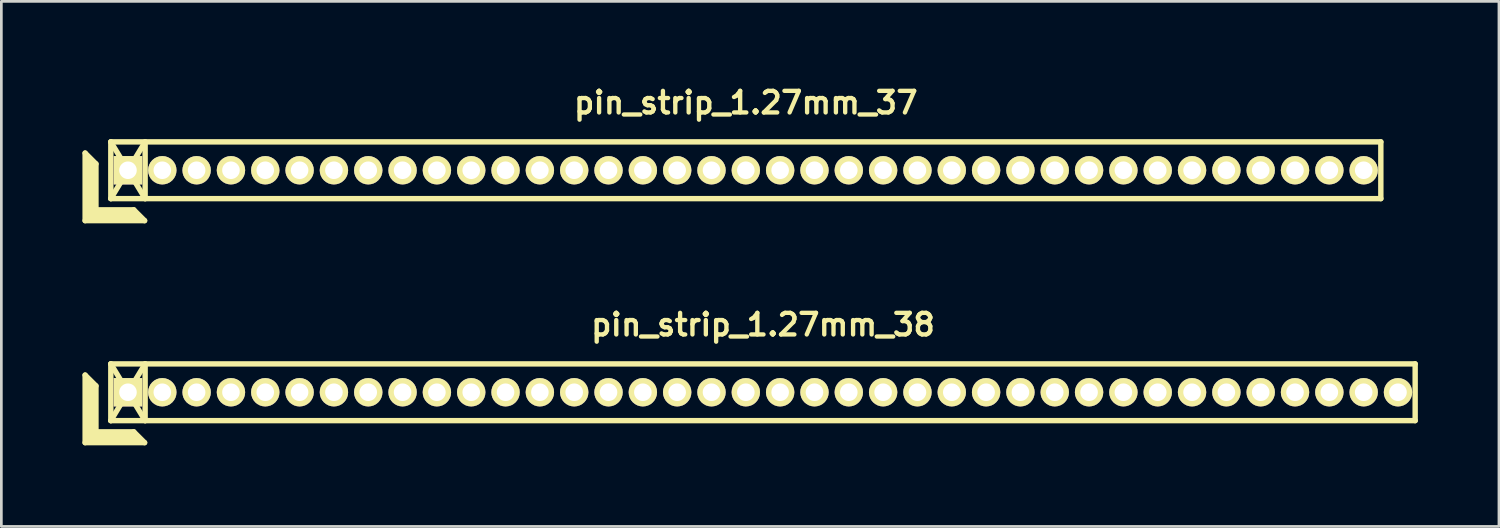
<source format=kicad_pcb>
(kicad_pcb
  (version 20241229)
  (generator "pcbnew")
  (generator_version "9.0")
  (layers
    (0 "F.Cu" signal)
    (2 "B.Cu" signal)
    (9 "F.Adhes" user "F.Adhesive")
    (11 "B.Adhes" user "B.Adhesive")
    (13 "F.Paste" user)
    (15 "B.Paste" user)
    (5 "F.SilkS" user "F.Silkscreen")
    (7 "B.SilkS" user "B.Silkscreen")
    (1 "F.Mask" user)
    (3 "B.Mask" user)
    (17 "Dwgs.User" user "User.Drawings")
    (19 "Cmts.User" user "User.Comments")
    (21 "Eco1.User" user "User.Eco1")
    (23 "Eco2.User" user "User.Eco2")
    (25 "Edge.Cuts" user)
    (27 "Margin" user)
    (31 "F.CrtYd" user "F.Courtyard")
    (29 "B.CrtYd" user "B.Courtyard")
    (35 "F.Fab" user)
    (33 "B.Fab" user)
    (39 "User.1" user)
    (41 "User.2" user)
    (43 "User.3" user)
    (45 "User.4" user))
  (footprint "pin_strip_1.27mm_37"
    (layer "F.Cu")
    (at 24.545 3.249)
    (property "Reference" "pin_strip_1.27mm_37" (at 0 -2.5 0) (layer "F.SilkS") (effects (font (size 0.8 0.8) (thickness 0.16))))
    (attr through_hole)
    (fp_line (start -24.445 -0.635) (end -24.445 1.865) (stroke (width 0.2) (type solid)) (layer "F.SilkS"))
    (fp_line (start -24.445 -0.635) (end -24.045 -0.235) (stroke (width 0.2) (type solid)) (layer "F.SilkS"))
    (fp_line (start -24.445 1.865) (end -22.245 1.865) (stroke (width 0.2) (type solid)) (layer "F.SilkS"))
    (fp_line (start -24.345 1.765) (end -24.345 -0.435) (stroke (width 0.2) (type solid)) (layer "F.SilkS"))
    (fp_line (start -24.345 1.765) (end -22.445 1.765) (stroke (width 0.2) (type solid)) (layer "F.SilkS"))
    (fp_line (start -24.245 1.665) (end -24.245 -0.335) (stroke (width 0.2) (type solid)) (layer "F.SilkS"))
    (fp_line (start -24.245 1.665) (end -22.545 1.665) (stroke (width 0.2) (type solid)) (layer "F.SilkS"))
    (fp_line (start -24.145 1.565) (end -24.145 -0.235) (stroke (width 0.2) (type solid)) (layer "F.SilkS"))
    (fp_line (start -24.145 1.565) (end -22.645 1.565) (stroke (width 0.2) (type solid)) (layer "F.SilkS"))
    (fp_line (start -24.045 1.465) (end -24.045 -0.235) (stroke (width 0.2) (type solid)) (layer "F.SilkS"))
    (fp_line (start -24.045 1.465) (end -22.645 1.465) (stroke (width 0.2) (type solid)) (layer "F.SilkS"))
    (fp_line (start -23.495 -1.05) (end -22.225 1.05) (stroke (width 0.2) (type solid)) (layer "F.SilkS"))
    (fp_line (start -23.495 -1.05) (end 23.495 -1.05) (stroke (width 0.2) (type solid)) (layer "F.SilkS"))
    (fp_line (start -23.495 1.05) (end -23.495 -1.05) (stroke (width 0.2) (type solid)) (layer "F.SilkS"))
    (fp_line (start -23.495 1.05) (end -22.225 -1.05) (stroke (width 0.2) (type solid)) (layer "F.SilkS"))
    (fp_line (start -22.645 1.465) (end -22.245 1.865) (stroke (width 0.2) (type solid)) (layer "F.SilkS"))
    (fp_line (start -22.225 -1.05) (end -22.225 1.05) (stroke (width 0.2) (type solid)) (layer "F.SilkS"))
    (fp_line (start 23.495 -1.05) (end 23.495 1.05) (stroke (width 0.2) (type solid)) (layer "F.SilkS"))
    (fp_line (start 23.495 1.05) (end -23.495 1.05) (stroke (width 0.2) (type solid)) (layer "F.SilkS"))
    (pad "1" thru_hole rect (at -22.86 0) (size 1.05 1.05) (drill 0.65) (layers "*.Cu" "*.Mask" "F.SilkS"))
    (pad "2" thru_hole oval (at -21.59 0) (size 1.05 1.05) (drill 0.65) (layers "*.Cu" "*.Mask" "F.SilkS"))
    (pad "3" thru_hole oval (at -20.32 0) (size 1.05 1.05) (drill 0.65) (layers "*.Cu" "*.Mask" "F.SilkS"))
    (pad "4" thru_hole oval (at -19.05 0) (size 1.05 1.05) (drill 0.65) (layers "*.Cu" "*.Mask" "F.SilkS"))
    (pad "5" thru_hole oval (at -17.78 0) (size 1.05 1.05) (drill 0.65) (layers "*.Cu" "*.Mask" "F.SilkS"))
    (pad "6" thru_hole oval (at -16.51 0) (size 1.05 1.05) (drill 0.65) (layers "*.Cu" "*.Mask" "F.SilkS"))
    (pad "7" thru_hole oval (at -15.24 0) (size 1.05 1.05) (drill 0.65) (layers "*.Cu" "*.Mask" "F.SilkS"))
    (pad "8" thru_hole oval (at -13.97 0) (size 1.05 1.05) (drill 0.65) (layers "*.Cu" "*.Mask" "F.SilkS"))
    (pad "9" thru_hole oval (at -12.7 0) (size 1.05 1.05) (drill 0.65) (layers "*.Cu" "*.Mask" "F.SilkS"))
    (pad "10" thru_hole oval (at -11.43 0) (size 1.05 1.05) (drill 0.65) (layers "*.Cu" "*.Mask" "F.SilkS"))
    (pad "11" thru_hole oval (at -10.16 0) (size 1.05 1.05) (drill 0.65) (layers "*.Cu" "*.Mask" "F.SilkS"))
    (pad "12" thru_hole oval (at -8.89 0) (size 1.05 1.05) (drill 0.65) (layers "*.Cu" "*.Mask" "F.SilkS"))
    (pad "13" thru_hole oval (at -7.62 0) (size 1.05 1.05) (drill 0.65) (layers "*.Cu" "*.Mask" "F.SilkS"))
    (pad "14" thru_hole oval (at -6.35 0) (size 1.05 1.05) (drill 0.65) (layers "*.Cu" "*.Mask" "F.SilkS"))
    (pad "15" thru_hole oval (at -5.08 0) (size 1.05 1.05) (drill 0.65) (layers "*.Cu" "*.Mask" "F.SilkS"))
    (pad "16" thru_hole oval (at -3.81 0) (size 1.05 1.05) (drill 0.65) (layers "*.Cu" "*.Mask" "F.SilkS"))
    (pad "17" thru_hole oval (at -2.54 0) (size 1.05 1.05) (drill 0.65) (layers "*.Cu" "*.Mask" "F.SilkS"))
    (pad "18" thru_hole oval (at -1.27 0) (size 1.05 1.05) (drill 0.65) (layers "*.Cu" "*.Mask" "F.SilkS"))
    (pad "19" thru_hole oval (at 0 0) (size 1.05 1.05) (drill 0.65) (layers "*.Cu" "*.Mask" "F.SilkS"))
    (pad "20" thru_hole oval (at 1.27 0) (size 1.05 1.05) (drill 0.65) (layers "*.Cu" "*.Mask" "F.SilkS"))
    (pad "21" thru_hole oval (at 2.54 0) (size 1.05 1.05) (drill 0.65) (layers "*.Cu" "*.Mask" "F.SilkS"))
    (pad "22" thru_hole oval (at 3.81 0) (size 1.05 1.05) (drill 0.65) (layers "*.Cu" "*.Mask" "F.SilkS"))
    (pad "23" thru_hole oval (at 5.08 0) (size 1.05 1.05) (drill 0.65) (layers "*.Cu" "*.Mask" "F.SilkS"))
    (pad "24" thru_hole oval (at 6.35 0) (size 1.05 1.05) (drill 0.65) (layers "*.Cu" "*.Mask" "F.SilkS"))
    (pad "25" thru_hole oval (at 7.62 0) (size 1.05 1.05) (drill 0.65) (layers "*.Cu" "*.Mask" "F.SilkS"))
    (pad "26" thru_hole oval (at 8.89 0) (size 1.05 1.05) (drill 0.65) (layers "*.Cu" "*.Mask" "F.SilkS"))
    (pad "27" thru_hole oval (at 10.16 0) (size 1.05 1.05) (drill 0.65) (layers "*.Cu" "*.Mask" "F.SilkS"))
    (pad "28" thru_hole oval (at 11.43 0) (size 1.05 1.05) (drill 0.65) (layers "*.Cu" "*.Mask" "F.SilkS"))
    (pad "29" thru_hole oval (at 12.7 0) (size 1.05 1.05) (drill 0.65) (layers "*.Cu" "*.Mask" "F.SilkS"))
    (pad "30" thru_hole oval (at 13.97 0) (size 1.05 1.05) (drill 0.65) (layers "*.Cu" "*.Mask" "F.SilkS"))
    (pad "31" thru_hole oval (at 15.24 0) (size 1.05 1.05) (drill 0.65) (layers "*.Cu" "*.Mask" "F.SilkS"))
    (pad "32" thru_hole oval (at 16.51 0) (size 1.05 1.05) (drill 0.65) (layers "*.Cu" "*.Mask" "F.SilkS"))
    (pad "33" thru_hole oval (at 17.78 0) (size 1.05 1.05) (drill 0.65) (layers "*.Cu" "*.Mask" "F.SilkS"))
    (pad "34" thru_hole oval (at 19.05 0) (size 1.05 1.05) (drill 0.65) (layers "*.Cu" "*.Mask" "F.SilkS"))
    (pad "35" thru_hole oval (at 20.32 0) (size 1.05 1.05) (drill 0.65) (layers "*.Cu" "*.Mask" "F.SilkS"))
    (pad "36" thru_hole oval (at 21.59 0) (size 1.05 1.05) (drill 0.65) (layers "*.Cu" "*.Mask" "F.SilkS"))
    (pad "37" thru_hole oval (at 22.86 0) (size 1.05 1.05) (drill 0.65) (layers "*.Cu" "*.Mask" "F.SilkS")))
  (footprint "pin_strip_1.27mm_38"
    (layer "F.Cu")
    (at 25.18 11.463)
    (property "Reference" "pin_strip_1.27mm_38" (at 0 -2.5 0) (layer "F.SilkS") (effects (font (size 0.8 0.8) (thickness 0.16))))
    (attr through_hole)
    (fp_line (start -25.08 -0.635) (end -25.08 1.865) (stroke (width 0.2) (type solid)) (layer "F.SilkS"))
    (fp_line (start -25.08 -0.635) (end -24.68 -0.235) (stroke (width 0.2) (type solid)) (layer "F.SilkS"))
    (fp_line (start -25.08 1.865) (end -22.88 1.865) (stroke (width 0.2) (type solid)) (layer "F.SilkS"))
    (fp_line (start -24.98 1.765) (end -24.98 -0.435) (stroke (width 0.2) (type solid)) (layer "F.SilkS"))
    (fp_line (start -24.98 1.765) (end -23.08 1.765) (stroke (width 0.2) (type solid)) (layer "F.SilkS"))
    (fp_line (start -24.88 1.665) (end -24.88 -0.335) (stroke (width 0.2) (type solid)) (layer "F.SilkS"))
    (fp_line (start -24.88 1.665) (end -23.18 1.665) (stroke (width 0.2) (type solid)) (layer "F.SilkS"))
    (fp_line (start -24.78 1.565) (end -24.78 -0.235) (stroke (width 0.2) (type solid)) (layer "F.SilkS"))
    (fp_line (start -24.78 1.565) (end -23.28 1.565) (stroke (width 0.2) (type solid)) (layer "F.SilkS"))
    (fp_line (start -24.68 1.465) (end -24.68 -0.235) (stroke (width 0.2) (type solid)) (layer "F.SilkS"))
    (fp_line (start -24.68 1.465) (end -23.28 1.465) (stroke (width 0.2) (type solid)) (layer "F.SilkS"))
    (fp_line (start -24.13 -1.05) (end -22.86 1.05) (stroke (width 0.2) (type solid)) (layer "F.SilkS"))
    (fp_line (start -24.13 -1.05) (end 24.13 -1.05) (stroke (width 0.2) (type solid)) (layer "F.SilkS"))
    (fp_line (start -24.13 1.05) (end -24.13 -1.05) (stroke (width 0.2) (type solid)) (layer "F.SilkS"))
    (fp_line (start -24.13 1.05) (end -22.86 -1.05) (stroke (width 0.2) (type solid)) (layer "F.SilkS"))
    (fp_line (start -23.28 1.465) (end -22.88 1.865) (stroke (width 0.2) (type solid)) (layer "F.SilkS"))
    (fp_line (start -22.86 -1.05) (end -22.86 1.05) (stroke (width 0.2) (type solid)) (layer "F.SilkS"))
    (fp_line (start 24.13 -1.05) (end 24.13 1.05) (stroke (width 0.2) (type solid)) (layer "F.SilkS"))
    (fp_line (start 24.13 1.05) (end -24.13 1.05) (stroke (width 0.2) (type solid)) (layer "F.SilkS"))
    (pad "1" thru_hole rect (at -23.495 0) (size 1.05 1.05) (drill 0.65) (layers "*.Cu" "*.Mask" "F.SilkS"))
    (pad "2" thru_hole oval (at -22.225 0) (size 1.05 1.05) (drill 0.65) (layers "*.Cu" "*.Mask" "F.SilkS"))
    (pad "3" thru_hole oval (at -20.955 0) (size 1.05 1.05) (drill 0.65) (layers "*.Cu" "*.Mask" "F.SilkS"))
    (pad "4" thru_hole oval (at -19.685 0) (size 1.05 1.05) (drill 0.65) (layers "*.Cu" "*.Mask" "F.SilkS"))
    (pad "5" thru_hole oval (at -18.415 0) (size 1.05 1.05) (drill 0.65) (layers "*.Cu" "*.Mask" "F.SilkS"))
    (pad "6" thru_hole oval (at -17.145 0) (size 1.05 1.05) (drill 0.65) (layers "*.Cu" "*.Mask" "F.SilkS"))
    (pad "7" thru_hole oval (at -15.875 0) (size 1.05 1.05) (drill 0.65) (layers "*.Cu" "*.Mask" "F.SilkS"))
    (pad "8" thru_hole oval (at -14.605 0) (size 1.05 1.05) (drill 0.65) (layers "*.Cu" "*.Mask" "F.SilkS"))
    (pad "9" thru_hole oval (at -13.335 0) (size 1.05 1.05) (drill 0.65) (layers "*.Cu" "*.Mask" "F.SilkS"))
    (pad "10" thru_hole oval (at -12.065 0) (size 1.05 1.05) (drill 0.65) (layers "*.Cu" "*.Mask" "F.SilkS"))
    (pad "11" thru_hole oval (at -10.795 0) (size 1.05 1.05) (drill 0.65) (layers "*.Cu" "*.Mask" "F.SilkS"))
    (pad "12" thru_hole oval (at -9.525 0) (size 1.05 1.05) (drill 0.65) (layers "*.Cu" "*.Mask" "F.SilkS"))
    (pad "13" thru_hole oval (at -8.255 0) (size 1.05 1.05) (drill 0.65) (layers "*.Cu" "*.Mask" "F.SilkS"))
    (pad "14" thru_hole oval (at -6.985 0) (size 1.05 1.05) (drill 0.65) (layers "*.Cu" "*.Mask" "F.SilkS"))
    (pad "15" thru_hole oval (at -5.715 0) (size 1.05 1.05) (drill 0.65) (layers "*.Cu" "*.Mask" "F.SilkS"))
    (pad "16" thru_hole oval (at -4.445 0) (size 1.05 1.05) (drill 0.65) (layers "*.Cu" "*.Mask" "F.SilkS"))
    (pad "17" thru_hole oval (at -3.175 0) (size 1.05 1.05) (drill 0.65) (layers "*.Cu" "*.Mask" "F.SilkS"))
    (pad "18" thru_hole oval (at -1.905 0) (size 1.05 1.05) (drill 0.65) (layers "*.Cu" "*.Mask" "F.SilkS"))
    (pad "19" thru_hole oval (at -0.635 0) (size 1.05 1.05) (drill 0.65) (layers "*.Cu" "*.Mask" "F.SilkS"))
    (pad "20" thru_hole oval (at 0.635 0) (size 1.05 1.05) (drill 0.65) (layers "*.Cu" "*.Mask" "F.SilkS"))
    (pad "21" thru_hole oval (at 1.905 0) (size 1.05 1.05) (drill 0.65) (layers "*.Cu" "*.Mask" "F.SilkS"))
    (pad "22" thru_hole oval (at 3.175 0) (size 1.05 1.05) (drill 0.65) (layers "*.Cu" "*.Mask" "F.SilkS"))
    (pad "23" thru_hole oval (at 4.445 0) (size 1.05 1.05) (drill 0.65) (layers "*.Cu" "*.Mask" "F.SilkS"))
    (pad "24" thru_hole oval (at 5.715 0) (size 1.05 1.05) (drill 0.65) (layers "*.Cu" "*.Mask" "F.SilkS"))
    (pad "25" thru_hole oval (at 6.985 0) (size 1.05 1.05) (drill 0.65) (layers "*.Cu" "*.Mask" "F.SilkS"))
    (pad "26" thru_hole oval (at 8.255 0) (size 1.05 1.05) (drill 0.65) (layers "*.Cu" "*.Mask" "F.SilkS"))
    (pad "27" thru_hole oval (at 9.525 0) (size 1.05 1.05) (drill 0.65) (layers "*.Cu" "*.Mask" "F.SilkS"))
    (pad "28" thru_hole oval (at 10.795 0) (size 1.05 1.05) (drill 0.65) (layers "*.Cu" "*.Mask" "F.SilkS"))
    (pad "29" thru_hole oval (at 12.065 0) (size 1.05 1.05) (drill 0.65) (layers "*.Cu" "*.Mask" "F.SilkS"))
    (pad "30" thru_hole oval (at 13.335 0) (size 1.05 1.05) (drill 0.65) (layers "*.Cu" "*.Mask" "F.SilkS"))
    (pad "31" thru_hole oval (at 14.605 0) (size 1.05 1.05) (drill 0.65) (layers "*.Cu" "*.Mask" "F.SilkS"))
    (pad "32" thru_hole oval (at 15.875 0) (size 1.05 1.05) (drill 0.65) (layers "*.Cu" "*.Mask" "F.SilkS"))
    (pad "33" thru_hole oval (at 17.145 0) (size 1.05 1.05) (drill 0.65) (layers "*.Cu" "*.Mask" "F.SilkS"))
    (pad "34" thru_hole oval (at 18.415 0) (size 1.05 1.05) (drill 0.65) (layers "*.Cu" "*.Mask" "F.SilkS"))
    (pad "35" thru_hole oval (at 19.685 0) (size 1.05 1.05) (drill 0.65) (layers "*.Cu" "*.Mask" "F.SilkS"))
    (pad "36" thru_hole oval (at 20.955 0) (size 1.05 1.05) (drill 0.65) (layers "*.Cu" "*.Mask" "F.SilkS"))
    (pad "37" thru_hole oval (at 22.225 0) (size 1.05 1.05) (drill 0.65) (layers "*.Cu" "*.Mask" "F.SilkS"))
    (pad "38" thru_hole oval (at 23.495 0) (size 1.05 1.05) (drill 0.65) (layers "*.Cu" "*.Mask" "F.SilkS")))
  (gr_rect
    (start -3 -3)
    (end 52.41 16.428)
    (stroke (width 0.1) (type default))
    (fill no)
    (layer "Edge.Cuts")))
</source>
